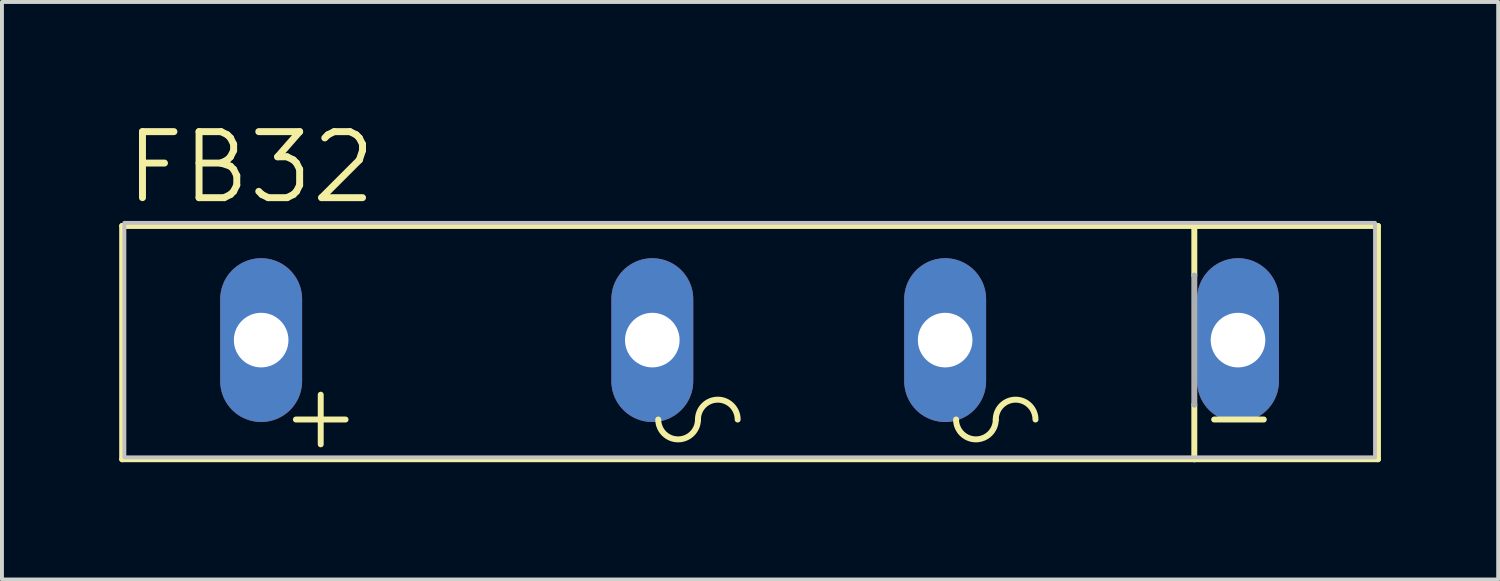
<source format=kicad_pcb>
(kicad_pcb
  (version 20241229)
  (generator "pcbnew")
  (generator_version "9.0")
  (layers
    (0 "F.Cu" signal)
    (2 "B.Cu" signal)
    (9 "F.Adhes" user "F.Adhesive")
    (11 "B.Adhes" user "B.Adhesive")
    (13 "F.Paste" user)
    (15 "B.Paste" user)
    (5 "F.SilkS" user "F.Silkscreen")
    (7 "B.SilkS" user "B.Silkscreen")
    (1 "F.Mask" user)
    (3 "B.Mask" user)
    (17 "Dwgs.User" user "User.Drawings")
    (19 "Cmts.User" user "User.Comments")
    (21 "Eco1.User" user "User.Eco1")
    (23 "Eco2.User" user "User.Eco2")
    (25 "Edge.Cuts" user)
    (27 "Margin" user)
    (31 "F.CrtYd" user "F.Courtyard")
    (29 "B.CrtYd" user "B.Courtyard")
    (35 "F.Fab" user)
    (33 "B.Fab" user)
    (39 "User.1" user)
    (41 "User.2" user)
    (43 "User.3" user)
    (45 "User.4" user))
  (footprint "FB32"
    (layer "F.Cu")
    (at 17.132 5.652)
    (property "Reference" "FB32" (at -17.056 -3.429 0) (layer "F.SilkS") (effects (font (size 1.689 1.689) (thickness 0.178)) (justify left bottom)))
    (attr through_hole)
    (fp_line (start -17.056 -2.921) (end -17.056 3.048) (stroke (width 0.152) (type solid)) (layer "F.SilkS"))
    (fp_line (start -17.056 -2.921) (end 10.376 -2.921) (stroke (width 0.152) (type solid)) (layer "F.SilkS"))
    (fp_line (start -17.056 3.048) (end 10.376 3.048) (stroke (width 0.152) (type solid)) (layer "F.SilkS"))
    (fp_line (start -12.611 2.032) (end -11.341 2.032) (stroke (width 0.152) (type solid)) (layer "F.SilkS"))
    (fp_line (start -11.976 2.667) (end -11.976 1.397) (stroke (width 0.152) (type solid)) (layer "F.SilkS"))
    (fp_line (start 10.376 -2.921) (end 10.376 -1.651) (stroke (width 0.152) (type solid)) (layer "F.SilkS"))
    (fp_line (start 10.376 -2.921) (end 15.075 -2.921) (stroke (width 0.152) (type solid)) (layer "F.SilkS"))
    (fp_line (start 10.376 1.651) (end 10.376 3.048) (stroke (width 0.152) (type solid)) (layer "F.SilkS"))
    (fp_line (start 10.376 3.048) (end 15.075 3.048) (stroke (width 0.152) (type solid)) (layer "F.SilkS"))
    (fp_line (start 10.884 2.032) (end 12.154 2.032) (stroke (width 0.152) (type solid)) (layer "F.SilkS"))
    (fp_line (start 15.075 3.048) (end 15.075 -2.921) (stroke (width 0.152) (type solid)) (layer "F.SilkS"))
    (fp_arc (start -2.324 2.032) (mid -2.832 2.54) (end -3.34 2.032) (stroke (width 0.1524) (type solid)) (layer "F.SilkS"))
    (fp_arc (start -2.324 2.032) (mid -1.816 1.524) (end -1.308 2.032) (stroke (width 0.1524) (type solid)) (layer "F.SilkS"))
    (fp_arc (start 5.296 2.032) (mid 4.788 2.54) (end 4.28 2.032) (stroke (width 0.1524) (type solid)) (layer "F.SilkS"))
    (fp_arc (start 5.296 2.032) (mid 5.804 1.524) (end 6.312 2.032) (stroke (width 0.1524) (type solid)) (layer "F.SilkS"))
    (fp_poly (pts (xy -17 3) (xy 15 3) (xy 15 -3) (xy -17 -3)) (stroke (width 0.1) (type solid)) (fill no) (layer "Dwgs.User"))
    (fp_line (start 10.376 1.651) (end 10.376 -1.651) (stroke (width 0.152) (type solid)) (layer "F.Fab"))
    (pad "+" thru_hole oval (at -13.5 0 90) (size 4.191 2.095) (drill 1.397) (layers "*.Cu" "*.Mask"))
    (pad "-" thru_hole oval (at 11.494 0 90) (size 4.191 2.095) (drill 1.397) (layers "*.Cu" "*.Mask"))
    (pad "AC1" thru_hole oval (at -3.492 0 90) (size 4.191 2.095) (drill 1.397) (layers "*.Cu" "*.Mask"))
    (pad "AC2" thru_hole oval (at 4.001 0 90) (size 4.191 2.095) (drill 1.397) (layers "*.Cu" "*.Mask")))
  (gr_rect
    (start -3 -3)
    (end 35.283 11.776)
    (stroke (width 0.1) (type default))
    (fill no)
    (layer "Edge.Cuts")))
</source>
